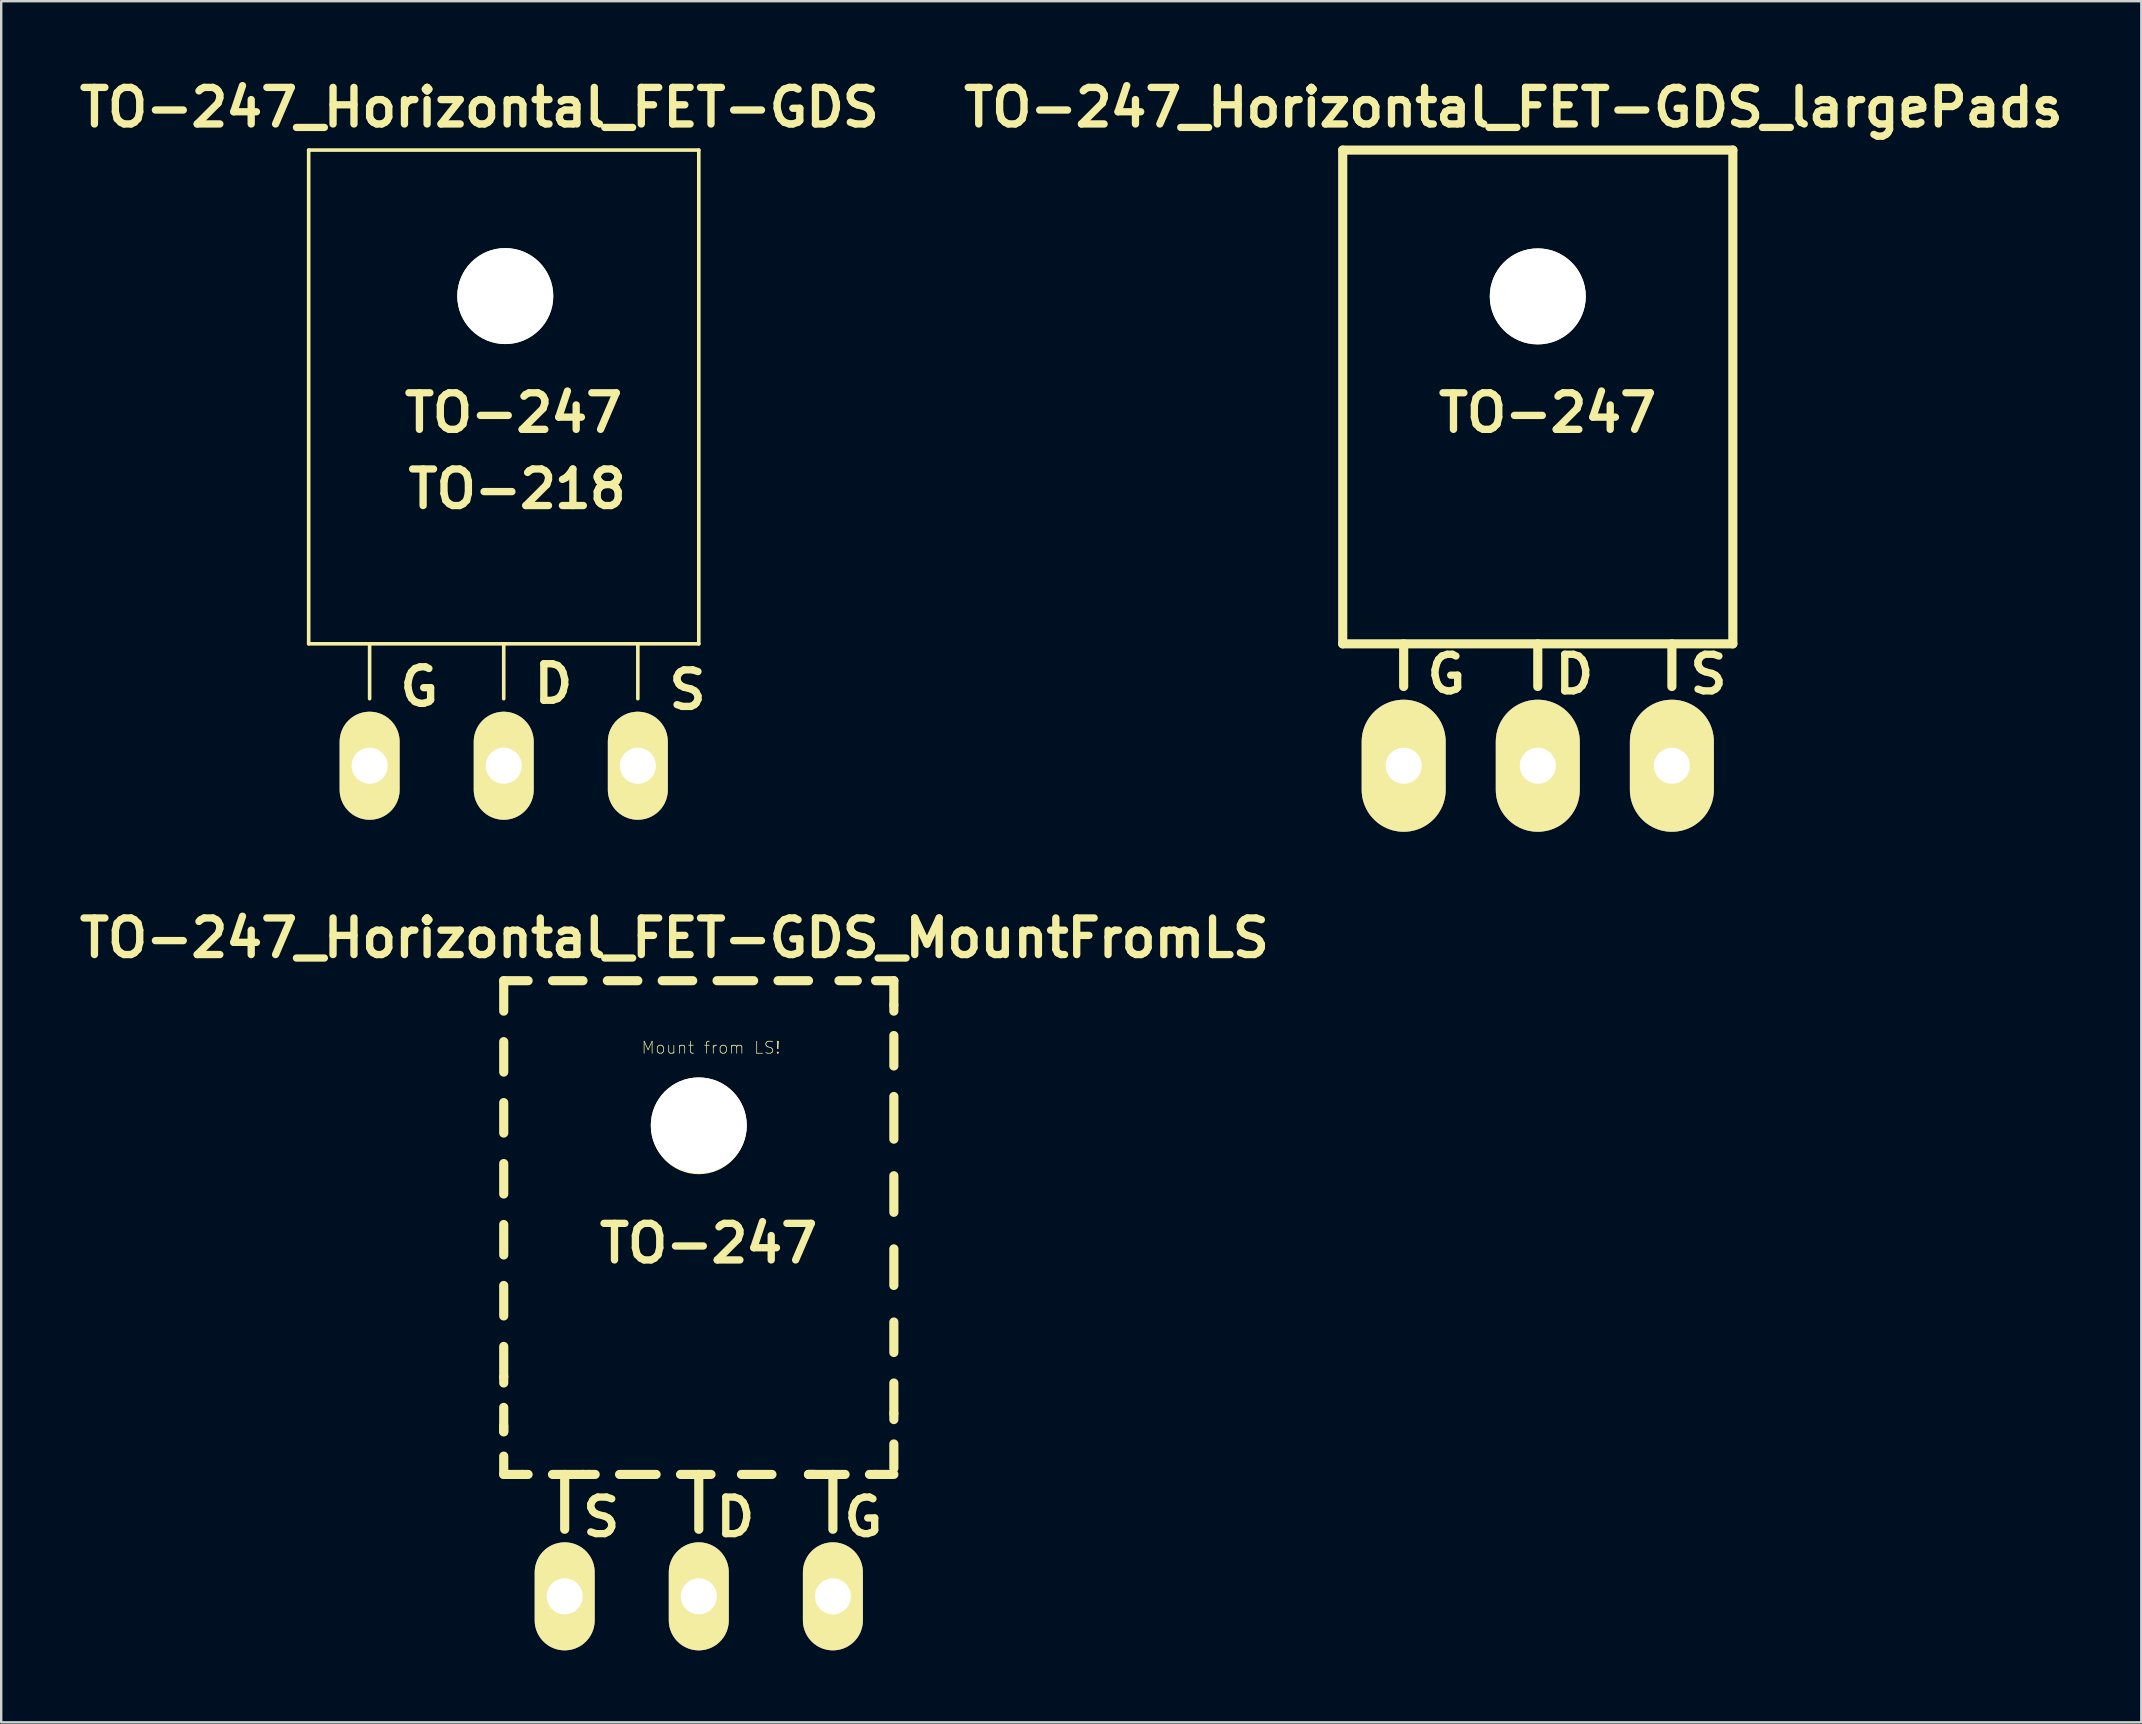
<source format=kicad_pcb>
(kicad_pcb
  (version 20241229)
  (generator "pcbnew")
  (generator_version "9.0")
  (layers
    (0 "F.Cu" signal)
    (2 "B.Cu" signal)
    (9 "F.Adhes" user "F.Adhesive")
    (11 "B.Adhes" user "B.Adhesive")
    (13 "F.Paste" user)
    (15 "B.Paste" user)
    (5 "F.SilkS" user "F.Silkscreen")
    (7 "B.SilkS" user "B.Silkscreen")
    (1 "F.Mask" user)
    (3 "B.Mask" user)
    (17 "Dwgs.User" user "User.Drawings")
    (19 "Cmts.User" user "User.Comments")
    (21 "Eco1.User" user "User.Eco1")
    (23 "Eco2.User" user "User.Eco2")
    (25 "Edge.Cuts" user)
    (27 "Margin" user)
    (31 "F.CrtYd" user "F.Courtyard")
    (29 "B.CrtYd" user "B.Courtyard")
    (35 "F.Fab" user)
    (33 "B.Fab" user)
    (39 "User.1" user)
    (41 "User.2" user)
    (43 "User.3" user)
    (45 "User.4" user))
  (footprint "TO-247_Horizontal_FET-GDS"
    (layer "F.Cu")
    (at 17.94 28.858)
    (property "Reference" "TO-247_Horizontal_FET-GDS" (at -1.016 -27.432 0) (layer "F.SilkS") (effects (font (size 1.524 1.524) (thickness 0.305))))
    (attr through_hole)
    (fp_line (start -8.128 -25.654) (end 8.128 -25.654) (stroke (width 0.15) (type solid)) (layer "F.SilkS"))
    (fp_line (start -8.128 -5.08) (end -8.128 -25.654) (stroke (width 0.15) (type solid)) (layer "F.SilkS"))
    (fp_line (start -5.588 -2.794) (end -5.588 -5.08) (stroke (width 0.15) (type solid)) (layer "F.SilkS"))
    (fp_line (start 0 -2.794) (end 0 -5.08) (stroke (width 0.15) (type solid)) (layer "F.SilkS"))
    (fp_line (start 5.588 -2.794) (end 5.588 -5.08) (stroke (width 0.15) (type solid)) (layer "F.SilkS"))
    (fp_line (start 8.128 -25.654) (end 8.128 -5.08) (stroke (width 0.15) (type solid)) (layer "F.SilkS"))
    (fp_line (start 8.128 -5.08) (end -8.128 -5.08) (stroke (width 0.15) (type solid)) (layer "F.SilkS"))
    (fp_circle (center 0 -19.558) (end 1.778 -19.558) (stroke (width 0.15) (type solid)) (fill no) (layer "F.SilkS"))
    (fp_text user "G" (at -3.518 -3.289 0) (layer "F.SilkS") (effects (font (size 1.524 1.524) (thickness 0.305))))
    (fp_text user "TO-247" (at 0.406 -14.707 0) (layer "F.SilkS") (effects (font (size 1.524 1.524) (thickness 0.305))))
    (fp_text user "TO-218" (at 0.559 -11.532 0) (layer "F.SilkS") (effects (font (size 1.524 1.524) (thickness 0.305))))
    (fp_text user "D" (at 2.07 -3.416 0) (layer "F.SilkS") (effects (font (size 1.524 1.524) (thickness 0.305))))
    (fp_text user "S" (at 7.658 -3.162 0) (layer "F.SilkS") (effects (font (size 1.524 1.524) (thickness 0.305))))
    (pad "" np_thru_hole circle (at 0.064 -19.571) (size 4 4) (drill 4) (layers "*.Cu" "*.Mask" "F.SilkS"))
    (pad "D" thru_hole oval (at 0 0 90) (size 4.501 2.499) (drill 1.501) (layers "*.Cu" "*.Mask" "F.SilkS"))
    (pad "G" thru_hole oval (at -5.588 0 90) (size 4.501 2.499) (drill 1.501) (layers "*.Cu" "*.Mask" "F.SilkS"))
    (pad "S" thru_hole oval (at 5.588 0 90) (size 4.501 2.499) (drill 1.501) (layers "*.Cu" "*.Mask" "F.SilkS")))
  (footprint "TO-247_Horizontal_FET-GDS_MountFromLS"
    (layer "F.Cu")
    (at 26.068 63.468)
    (property "Reference" "TO-247_Horizontal_FET-GDS_MountFromLS" (at -1.016 -27.432 0) (layer "F.SilkS") (effects (font (size 1.524 1.524) (thickness 0.305))))
    (attr through_hole)
    (fp_line (start -8.128 -25.654) (end -8.128 -24.384) (stroke (width 0.381) (type solid)) (layer "F.SilkS"))
    (fp_line (start -8.128 -25.654) (end -7.112 -25.654) (stroke (width 0.381) (type solid)) (layer "F.SilkS"))
    (fp_line (start -8.128 -23.114) (end -8.128 -21.844) (stroke (width 0.381) (type solid)) (layer "F.SilkS"))
    (fp_line (start -8.128 -20.574) (end -8.128 -19.304) (stroke (width 0.381) (type solid)) (layer "F.SilkS"))
    (fp_line (start -8.128 -18.034) (end -8.128 -16.764) (stroke (width 0.381) (type solid)) (layer "F.SilkS"))
    (fp_line (start -8.128 -15.494) (end -8.128 -14.224) (stroke (width 0.381) (type solid)) (layer "F.SilkS"))
    (fp_line (start -8.128 -12.954) (end -8.128 -11.684) (stroke (width 0.381) (type solid)) (layer "F.SilkS"))
    (fp_line (start -8.128 -10.414) (end -8.128 -9.144) (stroke (width 0.381) (type solid)) (layer "F.SilkS"))
    (fp_line (start -8.128 -9.144) (end -8.128 -8.89) (stroke (width 0.381) (type solid)) (layer "F.SilkS"))
    (fp_line (start -8.128 -7.874) (end -8.128 -6.858) (stroke (width 0.381) (type solid)) (layer "F.SilkS"))
    (fp_line (start -8.128 -6.858) (end -8.128 -7.112) (stroke (width 0.381) (type solid)) (layer "F.SilkS"))
    (fp_line (start -8.128 -5.842) (end -8.128 -5.08) (stroke (width 0.381) (type solid)) (layer "F.SilkS"))
    (fp_line (start -8.128 -5.08) (end -7.366 -5.08) (stroke (width 0.381) (type solid)) (layer "F.SilkS"))
    (fp_line (start -7.366 -5.08) (end -7.112 -5.08) (stroke (width 0.381) (type solid)) (layer "F.SilkS"))
    (fp_line (start -6.096 -25.654) (end -4.826 -25.654) (stroke (width 0.381) (type solid)) (layer "F.SilkS"))
    (fp_line (start -6.096 -5.08) (end -4.826 -5.08) (stroke (width 0.381) (type solid)) (layer "F.SilkS"))
    (fp_line (start -5.588 -2.794) (end -5.588 -5.08) (stroke (width 0.381) (type solid)) (layer "F.SilkS"))
    (fp_line (start -4.826 -5.08) (end -4.572 -5.08) (stroke (width 0.381) (type solid)) (layer "F.SilkS"))
    (fp_line (start -4.572 -5.08) (end -4.318 -5.08) (stroke (width 0.381) (type solid)) (layer "F.SilkS"))
    (fp_line (start -3.81 -25.654) (end -2.54 -25.654) (stroke (width 0.381) (type solid)) (layer "F.SilkS"))
    (fp_line (start -3.302 -5.08) (end -1.778 -5.08) (stroke (width 0.381) (type solid)) (layer "F.SilkS"))
    (fp_line (start -1.524 -25.654) (end -0.254 -25.654) (stroke (width 0.381) (type solid)) (layer "F.SilkS"))
    (fp_line (start -0.762 -5.08) (end 0.508 -5.08) (stroke (width 0.381) (type solid)) (layer "F.SilkS"))
    (fp_line (start 0 -2.794) (end 0 -5.08) (stroke (width 0.381) (type solid)) (layer "F.SilkS"))
    (fp_line (start 0.762 -25.654) (end 2.286 -25.654) (stroke (width 0.381) (type solid)) (layer "F.SilkS"))
    (fp_line (start 1.778 -5.08) (end 3.048 -5.08) (stroke (width 0.381) (type solid)) (layer "F.SilkS"))
    (fp_line (start 3.302 -25.654) (end 4.572 -25.654) (stroke (width 0.381) (type solid)) (layer "F.SilkS"))
    (fp_line (start 4.572 -5.08) (end 4.826 -5.08) (stroke (width 0.381) (type solid)) (layer "F.SilkS"))
    (fp_line (start 5.588 -2.794) (end 5.588 -5.08) (stroke (width 0.381) (type solid)) (layer "F.SilkS"))
    (fp_line (start 5.842 -25.654) (end 6.604 -25.654) (stroke (width 0.381) (type solid)) (layer "F.SilkS"))
    (fp_line (start 6.096 -5.08) (end 4.572 -5.08) (stroke (width 0.381) (type solid)) (layer "F.SilkS"))
    (fp_line (start 7.366 -25.654) (end 8.128 -25.654) (stroke (width 0.381) (type solid)) (layer "F.SilkS"))
    (fp_line (start 7.366 -5.08) (end 7.112 -5.08) (stroke (width 0.381) (type solid)) (layer "F.SilkS"))
    (fp_line (start 8.128 -25.654) (end 8.128 -24.638) (stroke (width 0.381) (type solid)) (layer "F.SilkS"))
    (fp_line (start 8.128 -24.638) (end 8.128 -24.384) (stroke (width 0.381) (type solid)) (layer "F.SilkS"))
    (fp_line (start 8.128 -23.368) (end 8.128 -22.098) (stroke (width 0.381) (type solid)) (layer "F.SilkS"))
    (fp_line (start 8.128 -20.828) (end 8.128 -19.05) (stroke (width 0.381) (type solid)) (layer "F.SilkS"))
    (fp_line (start 8.128 -17.526) (end 8.128 -16.002) (stroke (width 0.381) (type solid)) (layer "F.SilkS"))
    (fp_line (start 8.128 -14.478) (end 8.128 -12.954) (stroke (width 0.381) (type solid)) (layer "F.SilkS"))
    (fp_line (start 8.128 -11.43) (end 8.128 -10.16) (stroke (width 0.381) (type solid)) (layer "F.SilkS"))
    (fp_line (start 8.128 -8.89) (end 8.128 -7.62) (stroke (width 0.381) (type solid)) (layer "F.SilkS"))
    (fp_line (start 8.128 -7.62) (end 8.128 -7.366) (stroke (width 0.381) (type solid)) (layer "F.SilkS"))
    (fp_line (start 8.128 -6.35) (end 8.128 -5.334) (stroke (width 0.381) (type solid)) (layer "F.SilkS"))
    (fp_line (start 8.128 -5.08) (end 7.366 -5.08) (stroke (width 0.381) (type solid)) (layer "F.SilkS"))
    (fp_circle (center 0 -19.558) (end 1.778 -19.558) (stroke (width 0.381) (type solid)) (fill no) (layer "F.SilkS"))
    (fp_text user "D" (at 1.524 -3.302 0) (layer "F.SilkS") (effects (font (size 1.524 1.524) (thickness 0.305))))
    (fp_text user "S" (at -4.064 -3.302 0) (layer "F.SilkS") (effects (font (size 1.524 1.524) (thickness 0.305))))
    (fp_text user "G" (at 6.858 -3.302 0) (layer "F.SilkS") (effects (font (size 1.524 1.524) (thickness 0.305))))
    (fp_text user "TO-247" (at 0.406 -14.707 0) (layer "F.SilkS") (effects (font (size 1.524 1.524) (thickness 0.305))))
    (fp_text user "Mount from LS!" (at 0.508 -22.86 0) (layer "F.SilkS") (effects (font (size 0.5 0.5) (thickness 0.03))))
    (pad "" np_thru_hole circle (at 0 -19.622) (size 4 4) (drill 4) (layers "*.Cu" "*.Mask" "F.SilkS"))
    (pad "D" thru_hole oval (at 0 0 90) (size 4.501 2.499) (drill 1.501) (layers "*.Cu" "*.Mask" "F.SilkS"))
    (pad "G" thru_hole oval (at 5.588 0 90) (size 4.501 2.499) (drill 1.501) (layers "*.Cu" "*.Mask" "F.SilkS"))
    (pad "S" thru_hole oval (at -5.588 0 90) (size 4.501 2.499) (drill 1.501) (layers "*.Cu" "*.Mask" "F.SilkS")))
  (footprint "TO-247_Horizontal_FET-GDS_largePads"
    (layer "F.Cu")
    (at 61.028 28.858)
    (property "Reference" "TO-247_Horizontal_FET-GDS_largePads" (at -1.016 -27.432 0) (layer "F.SilkS") (effects (font (size 1.524 1.524) (thickness 0.305))))
    (attr through_hole)
    (fp_line (start -8.128 -25.654) (end 8.128 -25.654) (stroke (width 0.381) (type solid)) (layer "F.SilkS"))
    (fp_line (start -8.128 -5.08) (end -8.128 -25.654) (stroke (width 0.381) (type solid)) (layer "F.SilkS"))
    (fp_line (start -5.588 -3.302) (end -5.588 -5.08) (stroke (width 0.381) (type solid)) (layer "F.SilkS"))
    (fp_line (start 0 -3.302) (end 0 -5.08) (stroke (width 0.381) (type solid)) (layer "F.SilkS"))
    (fp_line (start 5.588 -3.302) (end 5.588 -5.08) (stroke (width 0.381) (type solid)) (layer "F.SilkS"))
    (fp_line (start 8.128 -25.654) (end 8.128 -5.08) (stroke (width 0.381) (type solid)) (layer "F.SilkS"))
    (fp_line (start 8.128 -5.08) (end -8.128 -5.08) (stroke (width 0.381) (type solid)) (layer "F.SilkS"))
    (fp_circle (center 0 -19.558) (end 1.778 -19.558) (stroke (width 0.381) (type solid)) (fill no) (layer "F.SilkS"))
    (fp_text user "TO-247" (at 0.406 -14.707 0) (layer "F.SilkS") (effects (font (size 1.524 1.524) (thickness 0.305))))
    (fp_text user "D" (at 1.524 -3.81 0) (layer "F.SilkS") (effects (font (size 1.524 1.524) (thickness 0.305))))
    (fp_text user "S" (at 7.112 -3.81 0) (layer "F.SilkS") (effects (font (size 1.524 1.524) (thickness 0.305))))
    (fp_text user "G" (at -3.81 -3.81 0) (layer "F.SilkS") (effects (font (size 1.524 1.524) (thickness 0.305))))
    (pad "" np_thru_hole circle (at 0 -19.558) (size 4 4) (drill 4) (layers "*.Cu" "*.Mask" "F.SilkS"))
    (pad "D" thru_hole oval (at 0 0 90) (size 5.502 3.5) (drill 1.501) (layers "*.Cu" "*.Mask" "F.SilkS"))
    (pad "G" thru_hole oval (at -5.588 0 90) (size 5.502 3.5) (drill 1.501) (layers "*.Cu" "*.Mask" "F.SilkS"))
    (pad "S" thru_hole oval (at 5.588 0 90) (size 5.502 3.5) (drill 1.501) (layers "*.Cu" "*.Mask" "F.SilkS")))
  (gr_rect
    (start -3 -3)
    (end 86.177 68.718)
    (stroke (width 0.1) (type default))
    (fill no)
    (layer "Edge.Cuts")))
</source>
